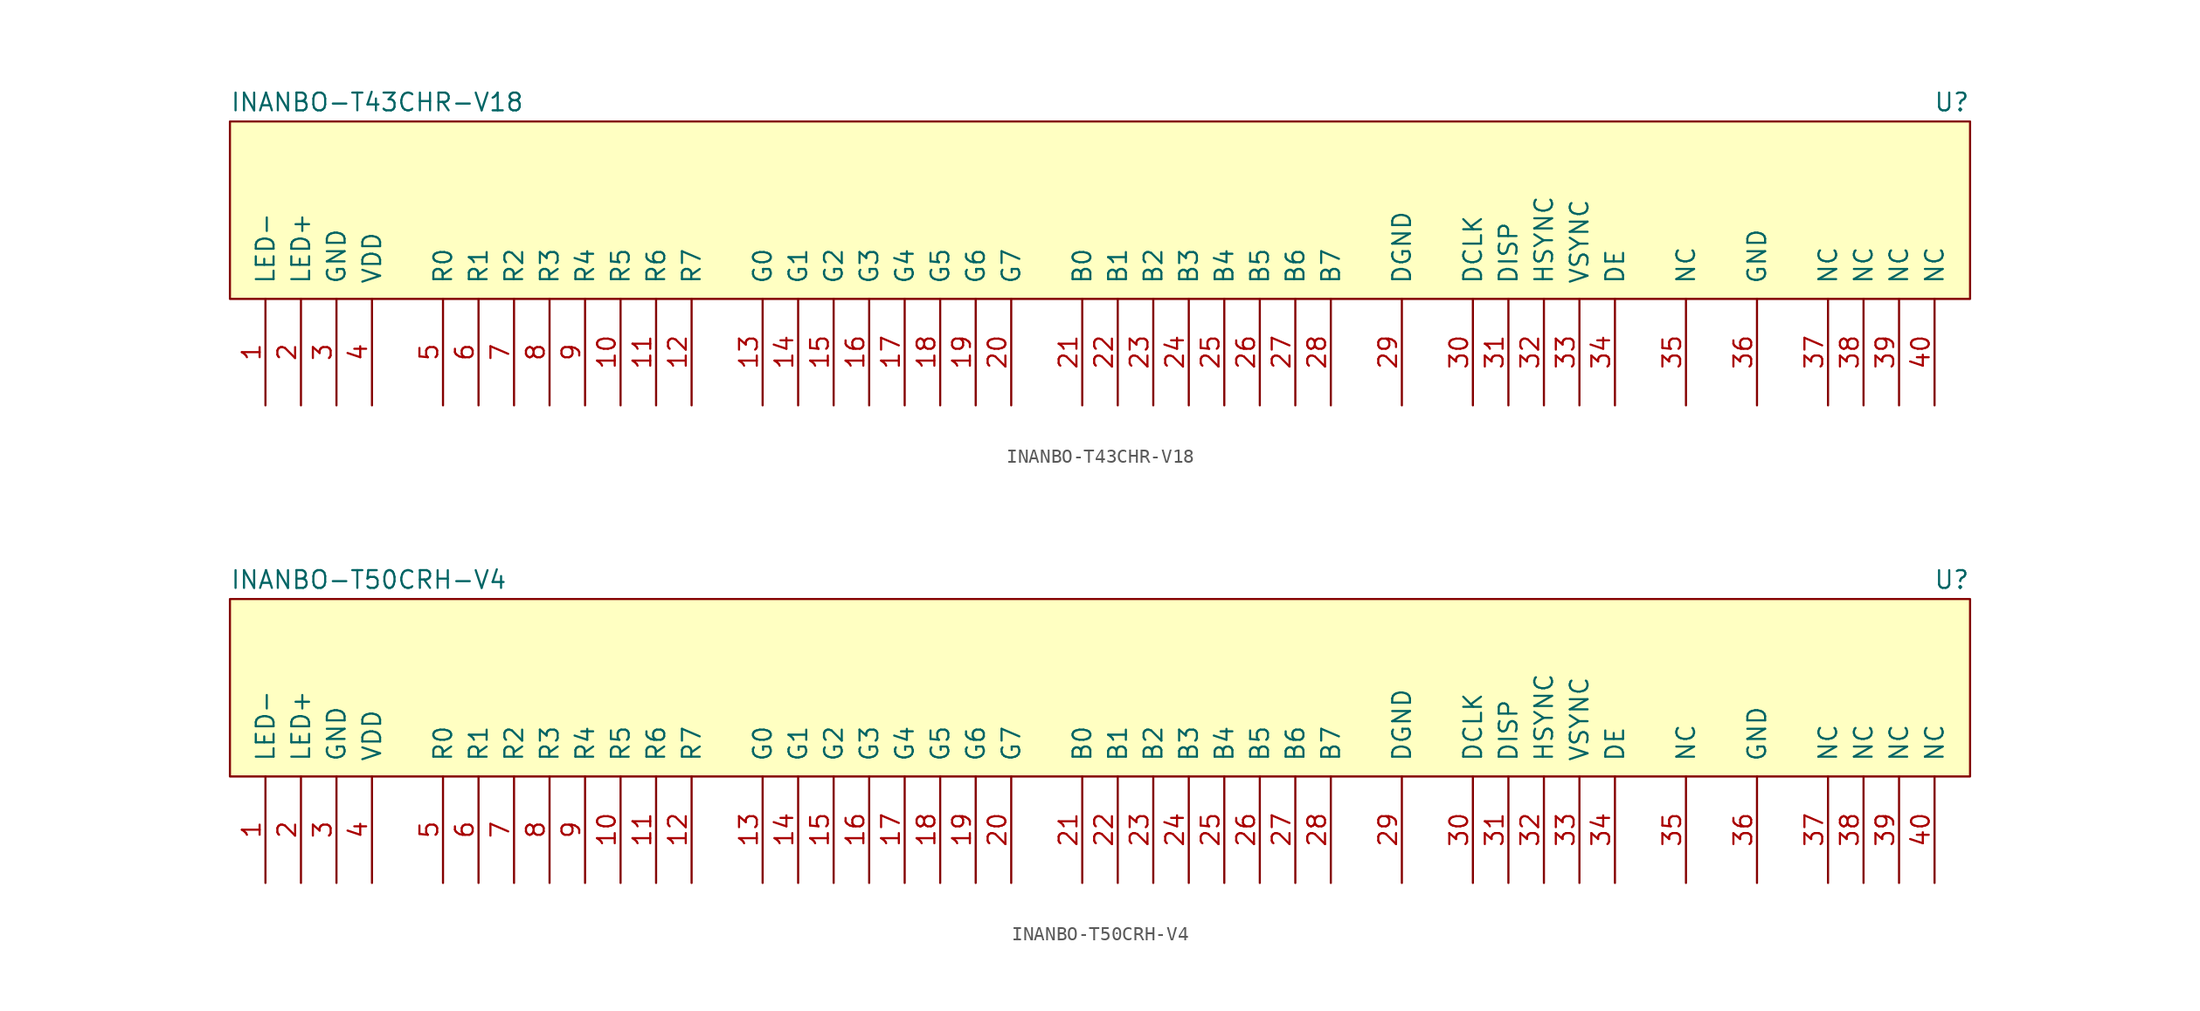
<source format=kicad_sym>
(kicad_symbol_lib
  (version 20211014)
  (generator kicad_symbol_editor)
  (symbol "INANBO-T43CHR-V18"
    (pin_names
      (offset 1.016))
    (property "Reference" "U"
      (at 121.92 13.335 0)
      (effects (font (size 1.27 1.27)) (justify right bottom)))
    (property "Value" "INANBO-T43CHR-V18"
      (at -2.54 13.335 0)
      (effects (font (size 1.27 1.27)) (justify left bottom)))
    (symbol "INANBO-T43CHR-V18_0_1"
      (rectangle (start 121.92 0) (end -2.54 12.7) (stroke (width 0) (type default) (color 0 0 0 0)) (fill (type background))))
    (symbol "INANBO-T43CHR-V18_1_1"
      (pin input line (at 0 -7.62 90) (length 7.62) (name "LED-" (effects (font (size 1.27 1.27)))) (number "1" (effects (font (size 1.27 1.27)))))
      (pin input line (at 25.4 -7.62 90) (length 7.62) (name "R5" (effects (font (size 1.27 1.27)))) (number "10" (effects (font (size 1.27 1.27)))))
      (pin input line (at 27.94 -7.62 90) (length 7.62) (name "R6" (effects (font (size 1.27 1.27)))) (number "11" (effects (font (size 1.27 1.27)))))
      (pin input line (at 30.48 -7.62 90) (length 7.62) (name "R7" (effects (font (size 1.27 1.27)))) (number "12" (effects (font (size 1.27 1.27)))))
      (pin input line (at 35.56 -7.62 90) (length 7.62) (name "G0" (effects (font (size 1.27 1.27)))) (number "13" (effects (font (size 1.27 1.27)))))
      (pin input line (at 38.1 -7.62 90) (length 7.62) (name "G1" (effects (font (size 1.27 1.27)))) (number "14" (effects (font (size 1.27 1.27)))))
      (pin input line (at 40.64 -7.62 90) (length 7.62) (name "G2" (effects (font (size 1.27 1.27)))) (number "15" (effects (font (size 1.27 1.27)))))
      (pin input line (at 43.18 -7.62 90) (length 7.62) (name "G3" (effects (font (size 1.27 1.27)))) (number "16" (effects (font (size 1.27 1.27)))))
      (pin input line (at 45.72 -7.62 90) (length 7.62) (name "G4" (effects (font (size 1.27 1.27)))) (number "17" (effects (font (size 1.27 1.27)))))
      (pin input line (at 48.26 -7.62 90) (length 7.62) (name "G5" (effects (font (size 1.27 1.27)))) (number "18" (effects (font (size 1.27 1.27)))))
      (pin input line (at 50.8 -7.62 90) (length 7.62) (name "G6" (effects (font (size 1.27 1.27)))) (number "19" (effects (font (size 1.27 1.27)))))
      (pin input line (at 2.54 -7.62 90) (length 7.62) (name "LED+" (effects (font (size 1.27 1.27)))) (number "2" (effects (font (size 1.27 1.27)))))
      (pin input line (at 53.34 -7.62 90) (length 7.62) (name "G7" (effects (font (size 1.27 1.27)))) (number "20" (effects (font (size 1.27 1.27)))))
      (pin input line (at 58.42 -7.62 90) (length 7.62) (name "B0" (effects (font (size 1.27 1.27)))) (number "21" (effects (font (size 1.27 1.27)))))
      (pin input line (at 60.96 -7.62 90) (length 7.62) (name "B1" (effects (font (size 1.27 1.27)))) (number "22" (effects (font (size 1.27 1.27)))))
      (pin input line (at 63.5 -7.62 90) (length 7.62) (name "B2" (effects (font (size 1.27 1.27)))) (number "23" (effects (font (size 1.27 1.27)))))
      (pin input line (at 66.04 -7.62 90) (length 7.62) (name "B3" (effects (font (size 1.27 1.27)))) (number "24" (effects (font (size 1.27 1.27)))))
      (pin input line (at 68.58 -7.62 90) (length 7.62) (name "B4" (effects (font (size 1.27 1.27)))) (number "25" (effects (font (size 1.27 1.27)))))
      (pin input line (at 71.12 -7.62 90) (length 7.62) (name "B5" (effects (font (size 1.27 1.27)))) (number "26" (effects (font (size 1.27 1.27)))))
      (pin input line (at 73.66 -7.62 90) (length 7.62) (name "B6" (effects (font (size 1.27 1.27)))) (number "27" (effects (font (size 1.27 1.27)))))
      (pin input line (at 76.2 -7.62 90) (length 7.62) (name "B7" (effects (font (size 1.27 1.27)))) (number "28" (effects (font (size 1.27 1.27)))))
      (pin input line (at 81.28 -7.62 90) (length 7.62) (name "DGND" (effects (font (size 1.27 1.27)))) (number "29" (effects (font (size 1.27 1.27)))))
      (pin input line (at 5.08 -7.62 90) (length 7.62) (name "GND" (effects (font (size 1.27 1.27)))) (number "3" (effects (font (size 1.27 1.27)))))
      (pin input line (at 86.36 -7.62 90) (length 7.62) (name "DCLK" (effects (font (size 1.27 1.27)))) (number "30" (effects (font (size 1.27 1.27)))))
      (pin input line (at 88.9 -7.62 90) (length 7.62) (name "DISP" (effects (font (size 1.27 1.27)))) (number "31" (effects (font (size 1.27 1.27)))))
      (pin input line (at 91.44 -7.62 90) (length 7.62) (name "HSYNC" (effects (font (size 1.27 1.27)))) (number "32" (effects (font (size 1.27 1.27)))))
      (pin input line (at 93.98 -7.62 90) (length 7.62) (name "VSYNC" (effects (font (size 1.27 1.27)))) (number "33" (effects (font (size 1.27 1.27)))))
      (pin input line (at 96.52 -7.62 90) (length 7.62) (name "DE" (effects (font (size 1.27 1.27)))) (number "34" (effects (font (size 1.27 1.27)))))
      (pin input line (at 101.6 -7.62 90) (length 7.62) (name "NC" (effects (font (size 1.27 1.27)))) (number "35" (effects (font (size 1.27 1.27)))))
      (pin input line (at 106.68 -7.62 90) (length 7.62) (name "GND" (effects (font (size 1.27 1.27)))) (number "36" (effects (font (size 1.27 1.27)))))
      (pin input line (at 111.76 -7.62 90) (length 7.62) (name "NC" (effects (font (size 1.27 1.27)))) (number "37" (effects (font (size 1.27 1.27)))))
      (pin input line (at 114.3 -7.62 90) (length 7.62) (name "NC" (effects (font (size 1.27 1.27)))) (number "38" (effects (font (size 1.27 1.27)))))
      (pin input line (at 116.84 -7.62 90) (length 7.62) (name "NC" (effects (font (size 1.27 1.27)))) (number "39" (effects (font (size 1.27 1.27)))))
      (pin input line (at 7.62 -7.62 90) (length 7.62) (name "VDD" (effects (font (size 1.27 1.27)))) (number "4" (effects (font (size 1.27 1.27)))))
      (pin input line (at 119.38 -7.62 90) (length 7.62) (name "NC" (effects (font (size 1.27 1.27)))) (number "40" (effects (font (size 1.27 1.27)))))
      (pin input line (at 12.7 -7.62 90) (length 7.62) (name "R0" (effects (font (size 1.27 1.27)))) (number "5" (effects (font (size 1.27 1.27)))))
      (pin input line (at 15.24 -7.62 90) (length 7.62) (name "R1" (effects (font (size 1.27 1.27)))) (number "6" (effects (font (size 1.27 1.27)))))
      (pin input line (at 17.78 -7.62 90) (length 7.62) (name "R2" (effects (font (size 1.27 1.27)))) (number "7" (effects (font (size 1.27 1.27)))))
      (pin input line (at 20.32 -7.62 90) (length 7.62) (name "R3" (effects (font (size 1.27 1.27)))) (number "8" (effects (font (size 1.27 1.27)))))
      (pin input line (at 22.86 -7.62 90) (length 7.62) (name "R4" (effects (font (size 1.27 1.27)))) (number "9" (effects (font (size 1.27 1.27)))))))
  (symbol "INANBO-T50CRH-V4"
    (pin_names
      (offset 1.016))
    (property "Reference" "U"
      (at 121.92 13.335 0)
      (effects (font (size 1.27 1.27)) (justify right bottom)))
    (property "Value" "INANBO-T50CRH-V4"
      (at -2.54 13.335 0)
      (effects (font (size 1.27 1.27)) (justify left bottom)))
    (symbol "INANBO-T50CRH-V4_0_1"
      (rectangle (start 121.92 0) (end -2.54 12.7) (stroke (width 0) (type default) (color 0 0 0 0)) (fill (type background))))
    (symbol "INANBO-T50CRH-V4_1_1"
      (pin input line (at 0 -7.62 90) (length 7.62) (name "LED-" (effects (font (size 1.27 1.27)))) (number "1" (effects (font (size 1.27 1.27)))))
      (pin input line (at 25.4 -7.62 90) (length 7.62) (name "R5" (effects (font (size 1.27 1.27)))) (number "10" (effects (font (size 1.27 1.27)))))
      (pin input line (at 27.94 -7.62 90) (length 7.62) (name "R6" (effects (font (size 1.27 1.27)))) (number "11" (effects (font (size 1.27 1.27)))))
      (pin input line (at 30.48 -7.62 90) (length 7.62) (name "R7" (effects (font (size 1.27 1.27)))) (number "12" (effects (font (size 1.27 1.27)))))
      (pin input line (at 35.56 -7.62 90) (length 7.62) (name "G0" (effects (font (size 1.27 1.27)))) (number "13" (effects (font (size 1.27 1.27)))))
      (pin input line (at 38.1 -7.62 90) (length 7.62) (name "G1" (effects (font (size 1.27 1.27)))) (number "14" (effects (font (size 1.27 1.27)))))
      (pin input line (at 40.64 -7.62 90) (length 7.62) (name "G2" (effects (font (size 1.27 1.27)))) (number "15" (effects (font (size 1.27 1.27)))))
      (pin input line (at 43.18 -7.62 90) (length 7.62) (name "G3" (effects (font (size 1.27 1.27)))) (number "16" (effects (font (size 1.27 1.27)))))
      (pin input line (at 45.72 -7.62 90) (length 7.62) (name "G4" (effects (font (size 1.27 1.27)))) (number "17" (effects (font (size 1.27 1.27)))))
      (pin input line (at 48.26 -7.62 90) (length 7.62) (name "G5" (effects (font (size 1.27 1.27)))) (number "18" (effects (font (size 1.27 1.27)))))
      (pin input line (at 50.8 -7.62 90) (length 7.62) (name "G6" (effects (font (size 1.27 1.27)))) (number "19" (effects (font (size 1.27 1.27)))))
      (pin input line (at 2.54 -7.62 90) (length 7.62) (name "LED+" (effects (font (size 1.27 1.27)))) (number "2" (effects (font (size 1.27 1.27)))))
      (pin input line (at 53.34 -7.62 90) (length 7.62) (name "G7" (effects (font (size 1.27 1.27)))) (number "20" (effects (font (size 1.27 1.27)))))
      (pin input line (at 58.42 -7.62 90) (length 7.62) (name "B0" (effects (font (size 1.27 1.27)))) (number "21" (effects (font (size 1.27 1.27)))))
      (pin input line (at 60.96 -7.62 90) (length 7.62) (name "B1" (effects (font (size 1.27 1.27)))) (number "22" (effects (font (size 1.27 1.27)))))
      (pin input line (at 63.5 -7.62 90) (length 7.62) (name "B2" (effects (font (size 1.27 1.27)))) (number "23" (effects (font (size 1.27 1.27)))))
      (pin input line (at 66.04 -7.62 90) (length 7.62) (name "B3" (effects (font (size 1.27 1.27)))) (number "24" (effects (font (size 1.27 1.27)))))
      (pin input line (at 68.58 -7.62 90) (length 7.62) (name "B4" (effects (font (size 1.27 1.27)))) (number "25" (effects (font (size 1.27 1.27)))))
      (pin input line (at 71.12 -7.62 90) (length 7.62) (name "B5" (effects (font (size 1.27 1.27)))) (number "26" (effects (font (size 1.27 1.27)))))
      (pin input line (at 73.66 -7.62 90) (length 7.62) (name "B6" (effects (font (size 1.27 1.27)))) (number "27" (effects (font (size 1.27 1.27)))))
      (pin input line (at 76.2 -7.62 90) (length 7.62) (name "B7" (effects (font (size 1.27 1.27)))) (number "28" (effects (font (size 1.27 1.27)))))
      (pin input line (at 81.28 -7.62 90) (length 7.62) (name "DGND" (effects (font (size 1.27 1.27)))) (number "29" (effects (font (size 1.27 1.27)))))
      (pin input line (at 5.08 -7.62 90) (length 7.62) (name "GND" (effects (font (size 1.27 1.27)))) (number "3" (effects (font (size 1.27 1.27)))))
      (pin input line (at 86.36 -7.62 90) (length 7.62) (name "DCLK" (effects (font (size 1.27 1.27)))) (number "30" (effects (font (size 1.27 1.27)))))
      (pin input line (at 88.9 -7.62 90) (length 7.62) (name "DISP" (effects (font (size 1.27 1.27)))) (number "31" (effects (font (size 1.27 1.27)))))
      (pin input line (at 91.44 -7.62 90) (length 7.62) (name "HSYNC" (effects (font (size 1.27 1.27)))) (number "32" (effects (font (size 1.27 1.27)))))
      (pin input line (at 93.98 -7.62 90) (length 7.62) (name "VSYNC" (effects (font (size 1.27 1.27)))) (number "33" (effects (font (size 1.27 1.27)))))
      (pin input line (at 96.52 -7.62 90) (length 7.62) (name "DE" (effects (font (size 1.27 1.27)))) (number "34" (effects (font (size 1.27 1.27)))))
      (pin input line (at 101.6 -7.62 90) (length 7.62) (name "NC" (effects (font (size 1.27 1.27)))) (number "35" (effects (font (size 1.27 1.27)))))
      (pin input line (at 106.68 -7.62 90) (length 7.62) (name "GND" (effects (font (size 1.27 1.27)))) (number "36" (effects (font (size 1.27 1.27)))))
      (pin input line (at 111.76 -7.62 90) (length 7.62) (name "NC" (effects (font (size 1.27 1.27)))) (number "37" (effects (font (size 1.27 1.27)))))
      (pin input line (at 114.3 -7.62 90) (length 7.62) (name "NC" (effects (font (size 1.27 1.27)))) (number "38" (effects (font (size 1.27 1.27)))))
      (pin input line (at 116.84 -7.62 90) (length 7.62) (name "NC" (effects (font (size 1.27 1.27)))) (number "39" (effects (font (size 1.27 1.27)))))
      (pin input line (at 7.62 -7.62 90) (length 7.62) (name "VDD" (effects (font (size 1.27 1.27)))) (number "4" (effects (font (size 1.27 1.27)))))
      (pin input line (at 119.38 -7.62 90) (length 7.62) (name "NC" (effects (font (size 1.27 1.27)))) (number "40" (effects (font (size 1.27 1.27)))))
      (pin input line (at 12.7 -7.62 90) (length 7.62) (name "R0" (effects (font (size 1.27 1.27)))) (number "5" (effects (font (size 1.27 1.27)))))
      (pin input line (at 15.24 -7.62 90) (length 7.62) (name "R1" (effects (font (size 1.27 1.27)))) (number "6" (effects (font (size 1.27 1.27)))))
      (pin input line (at 17.78 -7.62 90) (length 7.62) (name "R2" (effects (font (size 1.27 1.27)))) (number "7" (effects (font (size 1.27 1.27)))))
      (pin input line (at 20.32 -7.62 90) (length 7.62) (name "R3" (effects (font (size 1.27 1.27)))) (number "8" (effects (font (size 1.27 1.27)))))
      (pin input line (at 22.86 -7.62 90) (length 7.62) (name "R4" (effects (font (size 1.27 1.27)))) (number "9" (effects (font (size 1.27 1.27))))))))
</source>
